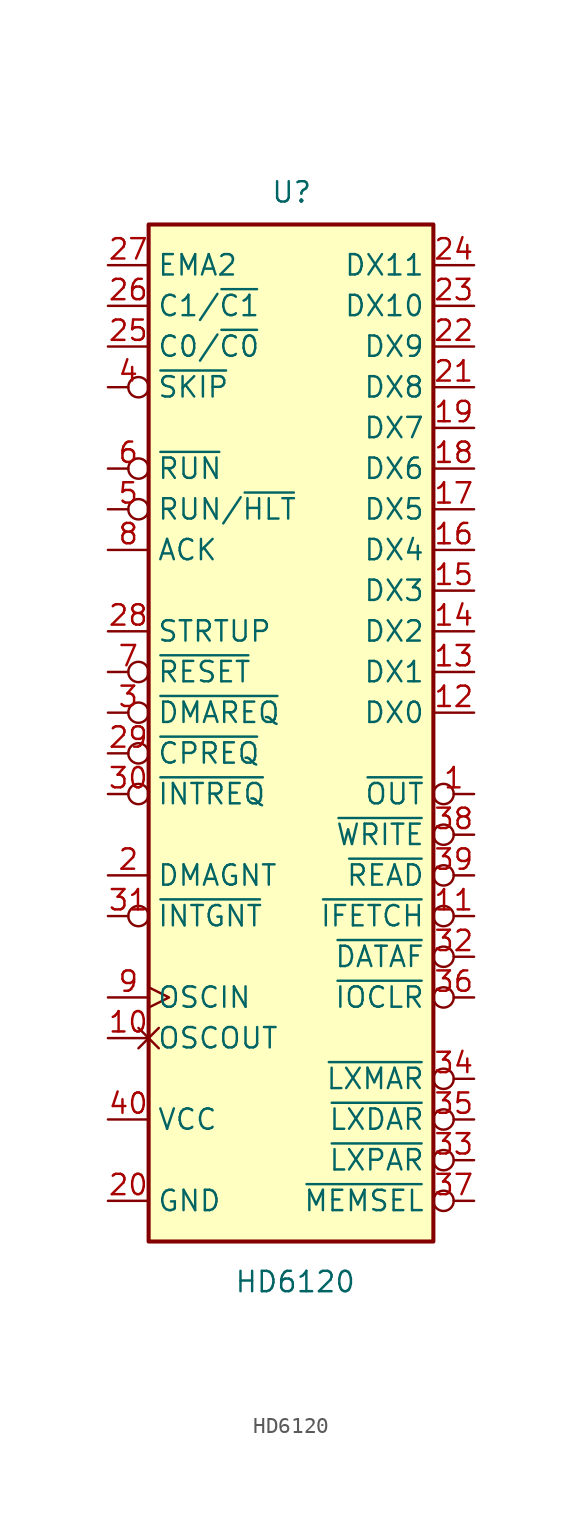
<source format=kicad_sym>
(kicad_symbol_lib
  (version 20231120)
  (generator "kicad_symbol_editor")
  (generator_version "8.0")
  (symbol "HD6120"
    (property "Reference" "U"
      (at -1.27 31.75 0)
      (effects (font (size 1.27 1.27)) (justify left bottom)))
    (property "Value" "HD6120"
      (at -3.556 -34.798 0)
      (effects (font (size 1.27 1.27)) (justify left top)))
    (symbol "HD6120_0_1"
      (rectangle (start -8.89 -33.02) (end 8.89 30.48) (stroke (width 0.254) (type default)) (fill (type background))))
    (symbol "HD6120_1_1"
      (pin output inverted (at 11.43 -5.08 180) (length 2.54) (name "~{OUT}" (effects (font (size 1.27 1.27)))) (number "1" (effects (font (size 1.27 1.27)))))
      (pin output non_logic (at -11.43 -20.32 0) (length 2.54) (name "OSCOUT" (effects (font (size 1.27 1.27)))) (number "10" (effects (font (size 1.27 1.27)))))
      (pin output inverted (at 11.43 -12.7 180) (length 2.54) (name "~{IFETCH}" (effects (font (size 1.27 1.27)))) (number "11" (effects (font (size 1.27 1.27)))))
      (pin bidirectional line (at 11.43 0 180) (length 2.54) (name "DX0" (effects (font (size 1.27 1.27)))) (number "12" (effects (font (size 1.27 1.27)))))
      (pin bidirectional line (at 11.43 2.54 180) (length 2.54) (name "DX1" (effects (font (size 1.27 1.27)))) (number "13" (effects (font (size 1.27 1.27)))))
      (pin bidirectional line (at 11.43 5.08 180) (length 2.54) (name "DX2" (effects (font (size 1.27 1.27)))) (number "14" (effects (font (size 1.27 1.27)))))
      (pin bidirectional line (at 11.43 7.62 180) (length 2.54) (name "DX3" (effects (font (size 1.27 1.27)))) (number "15" (effects (font (size 1.27 1.27)))))
      (pin bidirectional line (at 11.43 10.16 180) (length 2.54) (name "DX4" (effects (font (size 1.27 1.27)))) (number "16" (effects (font (size 1.27 1.27)))))
      (pin bidirectional line (at 11.43 12.7 180) (length 2.54) (name "DX5" (effects (font (size 1.27 1.27)))) (number "17" (effects (font (size 1.27 1.27)))))
      (pin bidirectional line (at 11.43 15.24 180) (length 2.54) (name "DX6" (effects (font (size 1.27 1.27)))) (number "18" (effects (font (size 1.27 1.27)))))
      (pin bidirectional line (at 11.43 17.78 180) (length 2.54) (name "DX7" (effects (font (size 1.27 1.27)))) (number "19" (effects (font (size 1.27 1.27)))))
      (pin output line (at -11.43 -10.16 0) (length 2.54) (name "DMAGNT" (effects (font (size 1.27 1.27)))) (number "2" (effects (font (size 1.27 1.27)))))
      (pin power_in line (at -11.43 -30.48 0) (length 2.54) (name "GND" (effects (font (size 1.27 1.27)))) (number "20" (effects (font (size 1.27 1.27)))))
      (pin bidirectional line (at 11.43 20.32 180) (length 2.54) (name "DX8" (effects (font (size 1.27 1.27)))) (number "21" (effects (font (size 1.27 1.27)))))
      (pin bidirectional line (at 11.43 22.86 180) (length 2.54) (name "DX9" (effects (font (size 1.27 1.27)))) (number "22" (effects (font (size 1.27 1.27)))))
      (pin bidirectional line (at 11.43 25.4 180) (length 2.54) (name "DX10" (effects (font (size 1.27 1.27)))) (number "23" (effects (font (size 1.27 1.27)))))
      (pin bidirectional line (at 11.43 27.94 180) (length 2.54) (name "DX11" (effects (font (size 1.27 1.27)))) (number "24" (effects (font (size 1.27 1.27)))))
      (pin bidirectional line (at -11.43 22.86 0) (length 2.54) (name "C0/~{C0}" (effects (font (size 1.27 1.27)))) (number "25" (effects (font (size 1.27 1.27)))))
      (pin bidirectional line (at -11.43 25.4 0) (length 2.54) (name "C1/~{C1}" (effects (font (size 1.27 1.27)))) (number "26" (effects (font (size 1.27 1.27)))))
      (pin output line (at -11.43 27.94 0) (length 2.54) (name "EMA2" (effects (font (size 1.27 1.27)))) (number "27" (effects (font (size 1.27 1.27)))))
      (pin input line (at -11.43 5.08 0) (length 2.54) (name "STRTUP" (effects (font (size 1.27 1.27)))) (number "28" (effects (font (size 1.27 1.27)))))
      (pin input inverted (at -11.43 -2.54 0) (length 2.54) (name "~{CPREQ}" (effects (font (size 1.27 1.27)))) (number "29" (effects (font (size 1.27 1.27)))))
      (pin input inverted (at -11.43 0 0) (length 2.54) (name "~{DMAREQ}" (effects (font (size 1.27 1.27)))) (number "3" (effects (font (size 1.27 1.27)))))
      (pin input inverted (at -11.43 -5.08 0) (length 2.54) (name "~{INTREQ}" (effects (font (size 1.27 1.27)))) (number "30" (effects (font (size 1.27 1.27)))))
      (pin output inverted (at -11.43 -12.7 0) (length 2.54) (name "~{INTGNT}" (effects (font (size 1.27 1.27)))) (number "31" (effects (font (size 1.27 1.27)))))
      (pin output inverted (at 11.43 -15.24 180) (length 2.54) (name "~{DATAF}" (effects (font (size 1.27 1.27)))) (number "32" (effects (font (size 1.27 1.27)))))
      (pin output inverted (at 11.43 -27.94 180) (length 2.54) (name "~{LXPAR}" (effects (font (size 1.27 1.27)))) (number "33" (effects (font (size 1.27 1.27)))))
      (pin output inverted (at 11.43 -22.86 180) (length 2.54) (name "~{LXMAR}" (effects (font (size 1.27 1.27)))) (number "34" (effects (font (size 1.27 1.27)))))
      (pin output inverted (at 11.43 -25.4 180) (length 2.54) (name "~{LXDAR}" (effects (font (size 1.27 1.27)))) (number "35" (effects (font (size 1.27 1.27)))))
      (pin output inverted (at 11.43 -17.78 180) (length 2.54) (name "~{IOCLR}" (effects (font (size 1.27 1.27)))) (number "36" (effects (font (size 1.27 1.27)))))
      (pin output inverted (at 11.43 -30.48 180) (length 2.54) (name "~{MEMSEL}" (effects (font (size 1.27 1.27)))) (number "37" (effects (font (size 1.27 1.27)))))
      (pin output inverted (at 11.43 -7.62 180) (length 2.54) (name "~{WRITE}" (effects (font (size 1.27 1.27)))) (number "38" (effects (font (size 1.27 1.27)))))
      (pin output inverted (at 11.43 -10.16 180) (length 2.54) (name "~{READ}" (effects (font (size 1.27 1.27)))) (number "39" (effects (font (size 1.27 1.27)))))
      (pin input inverted (at -11.43 20.32 0) (length 2.54) (name "~{SKIP}" (effects (font (size 1.27 1.27)))) (number "4" (effects (font (size 1.27 1.27)))))
      (pin power_in line (at -11.43 -25.4 0) (length 2.54) (name "VCC" (effects (font (size 1.27 1.27)))) (number "40" (effects (font (size 1.27 1.27)))))
      (pin input inverted (at -11.43 12.7 0) (length 2.54) (name "RUN/~{HLT}" (effects (font (size 1.27 1.27)))) (number "5" (effects (font (size 1.27 1.27)))))
      (pin output inverted (at -11.43 15.24 0) (length 2.54) (name "~{RUN}" (effects (font (size 1.27 1.27)))) (number "6" (effects (font (size 1.27 1.27)))))
      (pin input inverted (at -11.43 2.54 0) (length 2.54) (name "~{RESET}" (effects (font (size 1.27 1.27)))) (number "7" (effects (font (size 1.27 1.27)))))
      (pin input line (at -11.43 10.16 0) (length 2.54) (name "ACK" (effects (font (size 1.27 1.27)))) (number "8" (effects (font (size 1.27 1.27)))))
      (pin input clock (at -11.43 -17.78 0) (length 2.54) (name "OSCIN" (effects (font (size 1.27 1.27)))) (number "9" (effects (font (size 1.27 1.27))))))))
</source>
